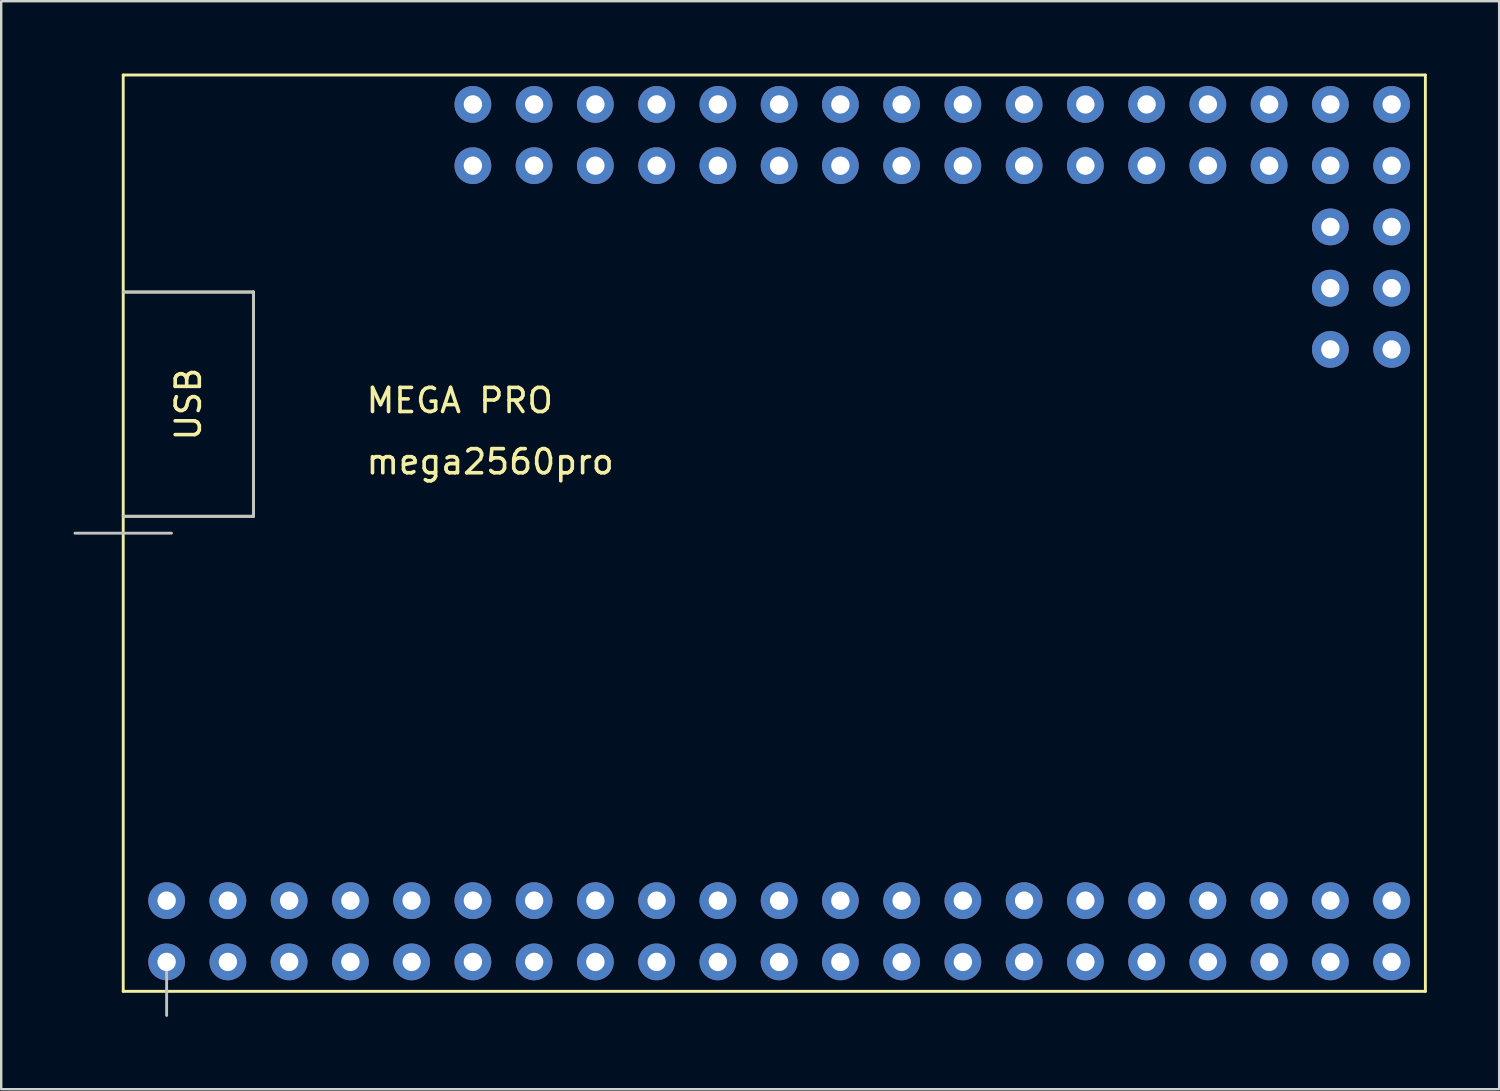
<source format=kicad_pcb>
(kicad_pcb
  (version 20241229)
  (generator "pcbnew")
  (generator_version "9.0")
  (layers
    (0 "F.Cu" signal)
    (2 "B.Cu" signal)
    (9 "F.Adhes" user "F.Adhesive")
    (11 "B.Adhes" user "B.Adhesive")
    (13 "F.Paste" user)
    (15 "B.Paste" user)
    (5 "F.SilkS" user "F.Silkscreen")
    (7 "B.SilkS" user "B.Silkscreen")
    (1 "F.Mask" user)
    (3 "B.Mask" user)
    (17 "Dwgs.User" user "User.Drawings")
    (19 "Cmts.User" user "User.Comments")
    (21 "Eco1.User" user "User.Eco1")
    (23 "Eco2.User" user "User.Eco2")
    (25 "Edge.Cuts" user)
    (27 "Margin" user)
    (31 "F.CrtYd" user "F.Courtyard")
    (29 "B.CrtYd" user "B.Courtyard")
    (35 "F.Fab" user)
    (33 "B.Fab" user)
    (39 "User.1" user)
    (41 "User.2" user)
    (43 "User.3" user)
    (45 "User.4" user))
  (footprint "mega2560pro"
    (layer "F.Cu")
    (at 2.06 19.06)
    (property "Reference" "mega2560pro" (at 10 -2.96 0) (unlocked yes) (layer "F.SilkS") (effects (font (size 1 1) (thickness 0.15)) (justify left)))
    (attr through_hole)
    (fp_line (start 0 -19) (end 54 -19) (stroke (width 0.12) (type solid)) (layer "F.SilkS"))
    (fp_line (start 0 -10) (end 5.4 -10) (stroke (width 0.12) (type solid)) (layer "F.SilkS"))
    (fp_line (start 0 19) (end 0 -19) (stroke (width 0.12) (type solid)) (layer "F.SilkS"))
    (fp_line (start 5.4 -10) (end 5.4 -0.7) (stroke (width 0.12) (type solid)) (layer "F.SilkS"))
    (fp_line (start 5.4 -0.7) (end 0 -0.7) (stroke (width 0.12) (type solid)) (layer "F.SilkS"))
    (fp_line (start 54 -19) (end 54 19) (stroke (width 0.12) (type solid)) (layer "F.SilkS"))
    (fp_line (start 54 19) (end 0 19) (stroke (width 0.12) (type solid)) (layer "F.SilkS"))
    (fp_line (start 0 -10) (end 5.4 -10) (stroke (width 0.12) (type solid)) (layer "Dwgs.User"))
    (fp_line (start 0 0) (end -2 0) (stroke (width 0.12) (type solid)) (layer "Dwgs.User"))
    (fp_line (start 0 0) (end 2 0) (stroke (width 0.12) (type solid)) (layer "Dwgs.User"))
    (fp_line (start 1.8 19) (end 1.8 17.78) (stroke (width 0.12) (type solid)) (layer "Dwgs.User"))
    (fp_line (start 1.8 19) (end 1.8 20) (stroke (width 0.12) (type solid)) (layer "Dwgs.User"))
    (fp_line (start 5.4 -10) (end 5.4 -0.7) (stroke (width 0.12) (type solid)) (layer "Dwgs.User"))
    (fp_line (start 5.4 -0.7) (end 0 -0.7) (stroke (width 0.12) (type solid)) (layer "Dwgs.User"))
    (fp_text user "MEGA PRO" (at 10 -5.5 0) (unlocked yes) (layer "F.SilkS") (effects (font (size 1 1) (thickness 0.15)) (justify left)))
    (fp_text user "USB" (at 2.7 -5.35 90) (unlocked yes) (layer "F.SilkS") (effects (font (size 1 1) (thickness 0.15))))
    (pad "1" thru_hole circle (at 14.5 -17.78) (size 1.524 1.524) (drill 0.762) (layers "*.Cu" "*.Mask"))
    (pad "2" thru_hole circle (at 14.5 -15.24) (size 1.524 1.524) (drill 0.762) (layers "*.Cu" "*.Mask"))
    (pad "3" thru_hole circle (at 17.04 -17.78) (size 1.524 1.524) (drill 0.762) (layers "*.Cu" "*.Mask"))
    (pad "4" thru_hole circle (at 17.04 -15.24) (size 1.524 1.524) (drill 0.762) (layers "*.Cu" "*.Mask"))
    (pad "5" thru_hole circle (at 19.58 -17.78) (size 1.524 1.524) (drill 0.762) (layers "*.Cu" "*.Mask"))
    (pad "6" thru_hole circle (at 19.58 -15.24) (size 1.524 1.524) (drill 0.762) (layers "*.Cu" "*.Mask"))
    (pad "7" thru_hole circle (at 22.12 -17.78) (size 1.524 1.524) (drill 0.762) (layers "*.Cu" "*.Mask"))
    (pad "8" thru_hole circle (at 22.12 -15.24) (size 1.524 1.524) (drill 0.762) (layers "*.Cu" "*.Mask"))
    (pad "9" thru_hole circle (at 24.66 -17.78) (size 1.524 1.524) (drill 0.762) (layers "*.Cu" "*.Mask"))
    (pad "10" thru_hole circle (at 24.66 -15.24) (size 1.524 1.524) (drill 0.762) (layers "*.Cu" "*.Mask"))
    (pad "11" thru_hole circle (at 27.2 -17.78) (size 1.524 1.524) (drill 0.762) (layers "*.Cu" "*.Mask"))
    (pad "12" thru_hole circle (at 27.2 -15.24) (size 1.524 1.524) (drill 0.762) (layers "*.Cu" "*.Mask"))
    (pad "13" thru_hole circle (at 29.74 -17.78) (size 1.524 1.524) (drill 0.762) (layers "*.Cu" "*.Mask"))
    (pad "14" thru_hole circle (at 29.74 -15.24) (size 1.524 1.524) (drill 0.762) (layers "*.Cu" "*.Mask"))
    (pad "15" thru_hole circle (at 32.28 -17.78) (size 1.524 1.524) (drill 0.762) (layers "*.Cu" "*.Mask"))
    (pad "16" thru_hole circle (at 32.28 -15.24) (size 1.524 1.524) (drill 0.762) (layers "*.Cu" "*.Mask"))
    (pad "17" thru_hole circle (at 34.82 -17.78) (size 1.524 1.524) (drill 0.762) (layers "*.Cu" "*.Mask"))
    (pad "18" thru_hole circle (at 34.82 -15.24) (size 1.524 1.524) (drill 0.762) (layers "*.Cu" "*.Mask"))
    (pad "19" thru_hole circle (at 37.36 -17.78) (size 1.524 1.524) (drill 0.762) (layers "*.Cu" "*.Mask"))
    (pad "20" thru_hole circle (at 37.36 -15.24) (size 1.524 1.524) (drill 0.762) (layers "*.Cu" "*.Mask"))
    (pad "21" thru_hole circle (at 39.9 -17.78) (size 1.524 1.524) (drill 0.762) (layers "*.Cu" "*.Mask"))
    (pad "22" thru_hole circle (at 39.9 -15.24) (size 1.524 1.524) (drill 0.762) (layers "*.Cu" "*.Mask"))
    (pad "23" thru_hole circle (at 42.44 -17.78) (size 1.524 1.524) (drill 0.762) (layers "*.Cu" "*.Mask"))
    (pad "24" thru_hole circle (at 42.44 -15.24) (size 1.524 1.524) (drill 0.762) (layers "*.Cu" "*.Mask"))
    (pad "25" thru_hole circle (at 44.98 -17.78) (size 1.524 1.524) (drill 0.762) (layers "*.Cu" "*.Mask"))
    (pad "26" thru_hole circle (at 44.98 -15.24) (size 1.524 1.524) (drill 0.762) (layers "*.Cu" "*.Mask"))
    (pad "27" thru_hole circle (at 47.52 -17.78) (size 1.524 1.524) (drill 0.762) (layers "*.Cu" "*.Mask"))
    (pad "28" thru_hole circle (at 47.52 -15.24) (size 1.524 1.524) (drill 0.762) (layers "*.Cu" "*.Mask"))
    (pad "29" thru_hole circle (at 50.06 -17.78) (size 1.524 1.524) (drill 0.762) (layers "*.Cu" "*.Mask"))
    (pad "30" thru_hole circle (at 50.06 -15.24) (size 1.524 1.524) (drill 0.762) (layers "*.Cu" "*.Mask"))
    (pad "31" thru_hole circle (at 52.6 -17.78) (size 1.524 1.524) (drill 0.762) (layers "*.Cu" "*.Mask"))
    (pad "32" thru_hole circle (at 52.6 -15.24) (size 1.524 1.524) (drill 0.762) (layers "*.Cu" "*.Mask"))
    (pad "33" thru_hole circle (at 52.6 -12.7) (size 1.524 1.524) (drill 0.762) (layers "*.Cu" "*.Mask"))
    (pad "34" thru_hole circle (at 50.06 -12.7) (size 1.524 1.524) (drill 0.762) (layers "*.Cu" "*.Mask"))
    (pad "35" thru_hole circle (at 52.6 -10.16) (size 1.524 1.524) (drill 0.762) (layers "*.Cu" "*.Mask"))
    (pad "36" thru_hole circle (at 50.06 -10.16) (size 1.524 1.524) (drill 0.762) (layers "*.Cu" "*.Mask"))
    (pad "37" thru_hole circle (at 52.6 -7.62) (size 1.524 1.524) (drill 0.762) (layers "*.Cu" "*.Mask"))
    (pad "38" thru_hole circle (at 50.06 -7.62) (size 1.524 1.524) (drill 0.762) (layers "*.Cu" "*.Mask"))
    (pad "39" thru_hole circle (at 1.8 15.24) (size 1.524 1.524) (drill 0.762) (layers "*.Cu" "*.Mask"))
    (pad "40" thru_hole circle (at 1.8 17.78) (size 1.524 1.524) (drill 0.762) (layers "*.Cu" "*.Mask"))
    (pad "41" thru_hole circle (at 4.34 15.24) (size 1.524 1.524) (drill 0.762) (layers "*.Cu" "*.Mask"))
    (pad "42" thru_hole circle (at 4.34 17.78) (size 1.524 1.524) (drill 0.762) (layers "*.Cu" "*.Mask"))
    (pad "43" thru_hole circle (at 6.88 15.24) (size 1.524 1.524) (drill 0.762) (layers "*.Cu" "*.Mask"))
    (pad "44" thru_hole circle (at 6.88 17.78) (size 1.524 1.524) (drill 0.762) (layers "*.Cu" "*.Mask"))
    (pad "45" thru_hole circle (at 9.42 15.24) (size 1.524 1.524) (drill 0.762) (layers "*.Cu" "*.Mask"))
    (pad "46" thru_hole circle (at 9.42 17.78) (size 1.524 1.524) (drill 0.762) (layers "*.Cu" "*.Mask"))
    (pad "47" thru_hole circle (at 11.96 15.24) (size 1.524 1.524) (drill 0.762) (layers "*.Cu" "*.Mask"))
    (pad "48" thru_hole circle (at 11.96 17.78) (size 1.524 1.524) (drill 0.762) (layers "*.Cu" "*.Mask"))
    (pad "49" thru_hole circle (at 14.5 15.24) (size 1.524 1.524) (drill 0.762) (layers "*.Cu" "*.Mask"))
    (pad "50" thru_hole circle (at 14.5 17.78) (size 1.524 1.524) (drill 0.762) (layers "*.Cu" "*.Mask"))
    (pad "51" thru_hole circle (at 17.04 15.24) (size 1.524 1.524) (drill 0.762) (layers "*.Cu" "*.Mask"))
    (pad "52" thru_hole circle (at 17.04 17.78) (size 1.524 1.524) (drill 0.762) (layers "*.Cu" "*.Mask"))
    (pad "53" thru_hole circle (at 19.58 15.24) (size 1.524 1.524) (drill 0.762) (layers "*.Cu" "*.Mask"))
    (pad "54" thru_hole circle (at 19.58 17.78) (size 1.524 1.524) (drill 0.762) (layers "*.Cu" "*.Mask"))
    (pad "55" thru_hole circle (at 22.12 15.24) (size 1.524 1.524) (drill 0.762) (layers "*.Cu" "*.Mask"))
    (pad "56" thru_hole circle (at 22.12 17.78) (size 1.524 1.524) (drill 0.762) (layers "*.Cu" "*.Mask"))
    (pad "57" thru_hole circle (at 24.66 15.24) (size 1.524 1.524) (drill 0.762) (layers "*.Cu" "*.Mask"))
    (pad "58" thru_hole circle (at 24.66 17.78) (size 1.524 1.524) (drill 0.762) (layers "*.Cu" "*.Mask"))
    (pad "59" thru_hole circle (at 27.2 15.24) (size 1.524 1.524) (drill 0.762) (layers "*.Cu" "*.Mask"))
    (pad "60" thru_hole circle (at 27.2 17.78) (size 1.524 1.524) (drill 0.762) (layers "*.Cu" "*.Mask"))
    (pad "61" thru_hole circle (at 29.74 15.24) (size 1.524 1.524) (drill 0.762) (layers "*.Cu" "*.Mask"))
    (pad "62" thru_hole circle (at 29.74 17.78) (size 1.524 1.524) (drill 0.762) (layers "*.Cu" "*.Mask"))
    (pad "63" thru_hole circle (at 32.28 15.24) (size 1.524 1.524) (drill 0.762) (layers "*.Cu" "*.Mask"))
    (pad "64" thru_hole circle (at 32.28 17.78) (size 1.524 1.524) (drill 0.762) (layers "*.Cu" "*.Mask"))
    (pad "65" thru_hole circle (at 34.82 15.24) (size 1.524 1.524) (drill 0.762) (layers "*.Cu" "*.Mask"))
    (pad "66" thru_hole circle (at 34.82 17.78) (size 1.524 1.524) (drill 0.762) (layers "*.Cu" "*.Mask"))
    (pad "67" thru_hole circle (at 37.36 15.24) (size 1.524 1.524) (drill 0.762) (layers "*.Cu" "*.Mask"))
    (pad "68" thru_hole circle (at 37.36 17.78) (size 1.524 1.524) (drill 0.762) (layers "*.Cu" "*.Mask"))
    (pad "69" thru_hole circle (at 39.9 15.24) (size 1.524 1.524) (drill 0.762) (layers "*.Cu" "*.Mask"))
    (pad "70" thru_hole circle (at 39.9 17.78) (size 1.524 1.524) (drill 0.762) (layers "*.Cu" "*.Mask"))
    (pad "71" thru_hole circle (at 42.44 15.24) (size 1.524 1.524) (drill 0.762) (layers "*.Cu" "*.Mask"))
    (pad "72" thru_hole circle (at 42.44 17.78) (size 1.524 1.524) (drill 0.762) (layers "*.Cu" "*.Mask"))
    (pad "73" thru_hole circle (at 44.98 15.24) (size 1.524 1.524) (drill 0.762) (layers "*.Cu" "*.Mask"))
    (pad "74" thru_hole circle (at 44.98 17.78) (size 1.524 1.524) (drill 0.762) (layers "*.Cu" "*.Mask"))
    (pad "75" thru_hole circle (at 47.52 15.24) (size 1.524 1.524) (drill 0.762) (layers "*.Cu" "*.Mask"))
    (pad "76" thru_hole circle (at 47.52 17.78) (size 1.524 1.524) (drill 0.762) (layers "*.Cu" "*.Mask"))
    (pad "77" thru_hole circle (at 50.06 15.24) (size 1.524 1.524) (drill 0.762) (layers "*.Cu" "*.Mask"))
    (pad "78" thru_hole circle (at 50.06 17.78) (size 1.524 1.524) (drill 0.762) (layers "*.Cu" "*.Mask"))
    (pad "79" thru_hole circle (at 52.6 15.24) (size 1.524 1.524) (drill 0.762) (layers "*.Cu" "*.Mask"))
    (pad "80" thru_hole circle (at 52.6 17.78) (size 1.524 1.524) (drill 0.762) (layers "*.Cu" "*.Mask")))
  (gr_rect
    (start -3 -3)
    (end 59.12 42.12)
    (stroke (width 0.1) (type default))
    (fill no)
    (layer "Edge.Cuts")))
</source>
